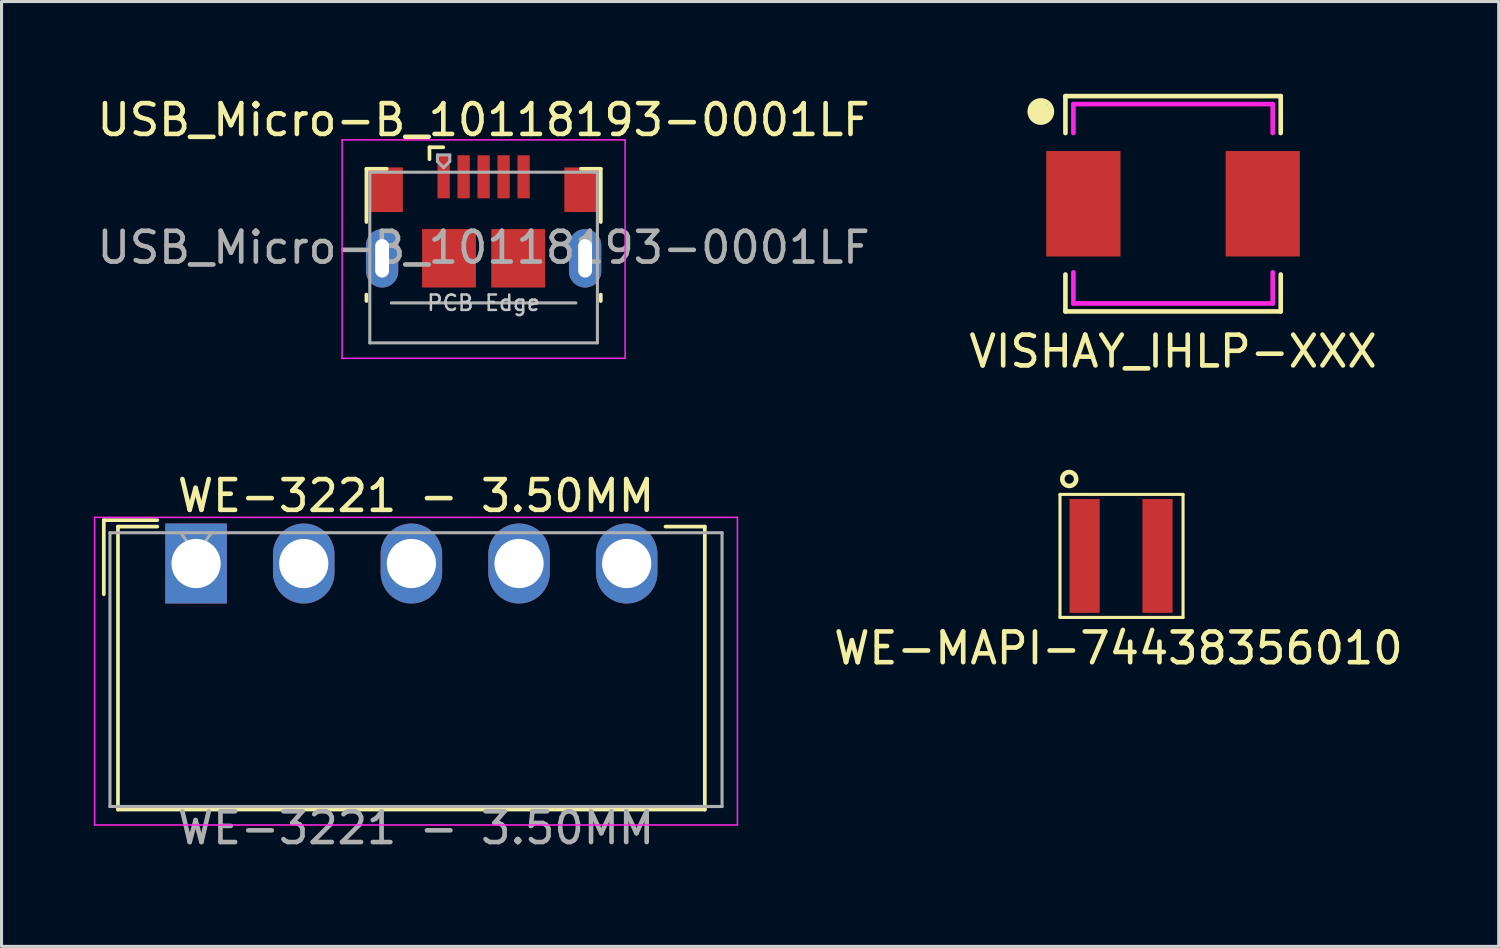
<source format=kicad_pcb>
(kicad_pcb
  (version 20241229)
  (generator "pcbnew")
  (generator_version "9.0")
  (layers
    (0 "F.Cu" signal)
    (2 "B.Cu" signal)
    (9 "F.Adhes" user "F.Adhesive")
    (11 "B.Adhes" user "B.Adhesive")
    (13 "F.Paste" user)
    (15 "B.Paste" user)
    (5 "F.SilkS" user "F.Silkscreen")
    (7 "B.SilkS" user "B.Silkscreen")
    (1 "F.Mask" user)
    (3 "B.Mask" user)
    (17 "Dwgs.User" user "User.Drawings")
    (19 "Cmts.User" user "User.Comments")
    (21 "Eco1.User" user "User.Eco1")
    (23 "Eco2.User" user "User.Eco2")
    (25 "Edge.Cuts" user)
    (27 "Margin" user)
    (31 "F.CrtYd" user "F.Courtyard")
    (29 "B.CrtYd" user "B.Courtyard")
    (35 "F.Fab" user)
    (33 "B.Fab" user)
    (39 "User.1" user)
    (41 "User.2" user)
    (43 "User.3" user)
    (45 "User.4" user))
  (footprint "WE-3221 - 3.50MM"
    (layer "F.Cu")
    (at 3.325 15.271)
    (property "Reference" "WE-3221 - 3.50MM" (at 7.15 -2.2 0) (layer "F.SilkS") (effects (font (size 1 1) (thickness 0.15))))
    (attr through_hole)
    (fp_line (start -3 -1.41) (end -1.26 -1.41) (stroke (width 0.12) (type solid)) (layer "F.SilkS"))
    (fp_line (start -3 1) (end -3 -1.41) (stroke (width 0.12) (type solid)) (layer "F.SilkS"))
    (fp_line (start -2.54 -1.2) (end -2.54 8) (stroke (width 0.12) (type solid)) (layer "F.SilkS"))
    (fp_line (start -2.54 8) (end 16.54 8) (stroke (width 0.12) (type solid)) (layer "F.SilkS"))
    (fp_line (start -1.26 -1.2) (end -2.54 -1.2) (stroke (width 0.12) (type solid)) (layer "F.SilkS"))
    (fp_line (start 16.54 -1.2) (end 15.26 -1.2) (stroke (width 0.12) (type solid)) (layer "F.SilkS"))
    (fp_line (start 16.54 8) (end 16.54 -1.2) (stroke (width 0.12) (type solid)) (layer "F.SilkS"))
    (fp_line (start -3.3 -1.5) (end -3.3 8.5) (stroke (width 0.05) (type solid)) (layer "F.CrtYd"))
    (fp_line (start -3.3 8.5) (end 17.6 8.5) (stroke (width 0.05) (type solid)) (layer "F.CrtYd"))
    (fp_line (start 17.6 -1.5) (end -3.3 -1.5) (stroke (width 0.05) (type solid)) (layer "F.CrtYd"))
    (fp_line (start 17.6 8.5) (end 17.6 -1.5) (stroke (width 0.05) (type solid)) (layer "F.CrtYd"))
    (fp_line (start -2.8 -1) (end -2.8 7.9) (stroke (width 0.1) (type solid)) (layer "F.Fab"))
    (fp_line (start -2.8 7.9) (end 17.1 7.9) (stroke (width 0.1) (type solid)) (layer "F.Fab"))
    (fp_line (start -0.5 -1) (end 0 -0.293) (stroke (width 0.1) (type solid)) (layer "F.Fab"))
    (fp_line (start 0 -0.293) (end 0.5 -1) (stroke (width 0.1) (type solid)) (layer "F.Fab"))
    (fp_line (start 17.1 -1) (end -2.8 -1) (stroke (width 0.1) (type solid)) (layer "F.Fab"))
    (fp_line (start 17.1 7.9) (end 17.1 -1) (stroke (width 0.1) (type solid)) (layer "F.Fab"))
    (fp_text user "${REFERENCE}" (at 7.15 8.6 0) (layer "F.Fab") (effects (font (size 1 1) (thickness 0.15))))
    (pad "1" thru_hole rect (at 0 0) (size 2 2.6) (drill 1.6) (layers "*.Cu" "*.Mask"))
    (pad "2" thru_hole oval (at 3.5 0) (size 2 2.6) (drill 1.6) (layers "*.Cu" "*.Mask"))
    (pad "3" thru_hole oval (at 7 0) (size 2 2.6) (drill 1.6) (layers "*.Cu" "*.Mask"))
    (pad "4" thru_hole oval (at 10.5 0) (size 2 2.6) (drill 1.6) (layers "*.Cu" "*.Mask"))
    (pad "5" thru_hole oval (at 14 0) (size 2 2.6) (drill 1.6) (layers "*.Cu" "*.Mask")))
  (footprint "WE-MAPI-74438356010"
    (layer "F.Cu")
    (at 32.213 15.024)
    (property "Reference" "WE-MAPI-74438356010" (at 1.1 3 0) (layer "F.SilkS") (effects (font (size 1 1) (thickness 0.15))))
    (attr through_hole)
    (fp_line (start -0.8 -2) (end 3.2 -2) (stroke (width 0.1) (type solid)) (layer "F.SilkS"))
    (fp_line (start -0.8 2) (end -0.8 -2) (stroke (width 0.1) (type solid)) (layer "F.SilkS"))
    (fp_line (start 3.2 -2) (end 3.2 2) (stroke (width 0.1) (type solid)) (layer "F.SilkS"))
    (fp_line (start 3.2 2) (end -0.8 2) (stroke (width 0.1) (type solid)) (layer "F.SilkS"))
    (fp_circle (center -0.5 -2.5) (end -0.275 -2.485) (stroke (width 0.15) (type solid)) (fill no) (layer "F.SilkS"))
    (pad "1" smd rect (at 0 0) (size 0.98 3.7) (layers "F.Cu" "F.Mask" "F.Paste"))
    (pad "2" smd rect (at 2.37 0) (size 0.98 3.7) (layers "F.Cu" "F.Mask" "F.Paste")))
  (footprint "VISHAY_IHLP-XXX"
    (layer "F.Cu")
    (at 35.089 3.575)
    (property "Reference" "VISHAY_IHLP-XXX" (at 0 4.8 0) (layer "F.SilkS") (effects (font (size 1 1) (thickness 0.15))))
    (attr through_hole)
    (fp_line (start -4.6 -3.1) (end -4.3 -3.3) (stroke (width 0.15) (type solid)) (layer "F.SilkS"))
    (fp_line (start -4.5 -3.1) (end -4.3 -3.1) (stroke (width 0.15) (type solid)) (layer "F.SilkS"))
    (fp_line (start -4.5 -2.9) (end -4.5 -3.1) (stroke (width 0.15) (type solid)) (layer "F.SilkS"))
    (fp_line (start -4.5 -2.8) (end -4.6 -3.1) (stroke (width 0.15) (type solid)) (layer "F.SilkS"))
    (fp_line (start -4.4 -3) (end -4.3 -2.9) (stroke (width 0.15) (type solid)) (layer "F.SilkS"))
    (fp_line (start -4.3 -3.3) (end -4.1 -3.1) (stroke (width 0.15) (type solid)) (layer "F.SilkS"))
    (fp_line (start -4.3 -3.2) (end -4.2 -3.1) (stroke (width 0.15) (type solid)) (layer "F.SilkS"))
    (fp_line (start -4.3 -3.1) (end -4.3 -3.2) (stroke (width 0.15) (type solid)) (layer "F.SilkS"))
    (fp_line (start -4.3 -3) (end -4.4 -3) (stroke (width 0.15) (type solid)) (layer "F.SilkS"))
    (fp_line (start -4.3 -2.9) (end -4.2 -2.8) (stroke (width 0.15) (type solid)) (layer "F.SilkS"))
    (fp_line (start -4.3 -2.8) (end -4.5 -2.9) (stroke (width 0.15) (type solid)) (layer "F.SilkS"))
    (fp_line (start -4.2 -3.1) (end -4.3 -3) (stroke (width 0.15) (type solid)) (layer "F.SilkS"))
    (fp_line (start -4.2 -2.9) (end -4.3 -2.8) (stroke (width 0.15) (type solid)) (layer "F.SilkS"))
    (fp_line (start -4.2 -2.7) (end -4.5 -2.8) (stroke (width 0.15) (type solid)) (layer "F.SilkS"))
    (fp_line (start -4.1 -3.1) (end -4.2 -2.9) (stroke (width 0.15) (type solid)) (layer "F.SilkS"))
    (fp_line (start -4 -3) (end -4.2 -2.7) (stroke (width 0.15) (type solid)) (layer "F.SilkS"))
    (fp_line (start -3.5 -3.5) (end 3.5 -3.5) (stroke (width 0.15) (type solid)) (layer "F.SilkS"))
    (fp_line (start -3.5 -2.3) (end -3.5 -3.5) (stroke (width 0.15) (type solid)) (layer "F.SilkS"))
    (fp_line (start -3.5 3.5) (end -3.5 2.3) (stroke (width 0.15) (type solid)) (layer "F.SilkS"))
    (fp_line (start 3.5 -3.5) (end 3.5 -2.3) (stroke (width 0.15) (type solid)) (layer "F.SilkS"))
    (fp_line (start 3.5 3.5) (end -3.5 3.5) (stroke (width 0.15) (type solid)) (layer "F.SilkS"))
    (fp_line (start 3.5 3.5) (end 3.5 2.3) (stroke (width 0.15) (type solid)) (layer "F.SilkS"))
    (fp_circle (center -4.3 -3) (end -4.1 -2.7) (stroke (width 0.15) (type solid)) (fill no) (layer "F.SilkS"))
    (fp_line (start -3.24 -3.24) (end -3.24 -2.3) (stroke (width 0.15) (type solid)) (layer "F.CrtYd"))
    (fp_line (start -3.24 -3.24) (end 3.24 -3.24) (stroke (width 0.15) (type solid)) (layer "F.CrtYd"))
    (fp_line (start -3.24 3.24) (end -3.24 2.23) (stroke (width 0.15) (type solid)) (layer "F.CrtYd"))
    (fp_line (start 3.24 -3.24) (end 3.24 -2.3) (stroke (width 0.15) (type solid)) (layer "F.CrtYd"))
    (fp_line (start 3.24 2.23) (end 3.24 3.24) (stroke (width 0.15) (type solid)) (layer "F.CrtYd"))
    (fp_line (start 3.24 3.24) (end -3.24 3.24) (stroke (width 0.15) (type solid)) (layer "F.CrtYd"))
    (pad "1" smd rect (at -2.916 0) (size 2.413 3.429) (layers "F.Cu" "F.Mask" "F.Paste"))
    (pad "2" smd rect (at 2.916 0) (size 2.413 3.429) (layers "F.Cu" "F.Mask" "F.Paste")))
  (footprint "USB_Micro-B_10118193-0001LF"
    (layer "F.Cu")
    (at 12.673 4.148)
    (property "Reference" "USB_Micro-B_10118193-0001LF" (at 0 -3.3 0) (layer "F.SilkS") (effects (font (size 1 1) (thickness 0.15))))
    (attr smd)
    (fp_line (start -3.81 -1.71) (end -3.15 -1.71) (stroke (width 0.12) (type solid)) (layer "F.SilkS"))
    (fp_line (start -3.81 0.02) (end -3.81 -1.71) (stroke (width 0.12) (type solid)) (layer "F.SilkS"))
    (fp_line (start -3.81 2.59) (end -3.81 2.38) (stroke (width 0.12) (type solid)) (layer "F.SilkS"))
    (fp_line (start -1.76 -2.41) (end -1.76 -2.02) (stroke (width 0.12) (type solid)) (layer "F.SilkS"))
    (fp_line (start -1.76 -2.41) (end -1.31 -2.41) (stroke (width 0.12) (type solid)) (layer "F.SilkS"))
    (fp_line (start 3.81 -1.71) (end 3.16 -1.71) (stroke (width 0.12) (type solid)) (layer "F.SilkS"))
    (fp_line (start 3.81 0.02) (end 3.81 -1.71) (stroke (width 0.12) (type solid)) (layer "F.SilkS"))
    (fp_line (start 3.81 2.59) (end 3.81 2.38) (stroke (width 0.12) (type solid)) (layer "F.SilkS"))
    (fp_line (start -4.6 -2.65) (end 4.6 -2.65) (stroke (width 0.05) (type solid)) (layer "F.CrtYd"))
    (fp_line (start -4.6 4.45) (end -4.6 -2.65) (stroke (width 0.05) (type solid)) (layer "F.CrtYd"))
    (fp_line (start -4.6 4.45) (end 4.6 4.45) (stroke (width 0.05) (type solid)) (layer "F.CrtYd"))
    (fp_line (start 4.6 -2.65) (end 4.6 4.45) (stroke (width 0.05) (type solid)) (layer "F.CrtYd"))
    (fp_line (start -3.7 -1.6) (end 3.7 -1.6) (stroke (width 0.1) (type solid)) (layer "F.Fab"))
    (fp_line (start -3.7 3.95) (end -3.7 -1.6) (stroke (width 0.1) (type solid)) (layer "F.Fab"))
    (fp_line (start -3.7 3.95) (end 3.7 3.95) (stroke (width 0.1) (type solid)) (layer "F.Fab"))
    (fp_line (start -3 2.65) (end 3 2.65) (stroke (width 0.1) (type solid)) (layer "F.Fab"))
    (fp_line (start -1.5 -2.16) (end -1.5 -1.95) (stroke (width 0.1) (type solid)) (layer "F.Fab"))
    (fp_line (start -1.5 -2.16) (end -1.1 -2.16) (stroke (width 0.1) (type solid)) (layer "F.Fab"))
    (fp_line (start -1.3 -1.75) (end -1.5 -1.95) (stroke (width 0.1) (type solid)) (layer "F.Fab"))
    (fp_line (start -1.1 -2.16) (end -1.1 -1.95) (stroke (width 0.1) (type solid)) (layer "F.Fab"))
    (fp_line (start -1.1 -1.95) (end -1.3 -1.75) (stroke (width 0.1) (type solid)) (layer "F.Fab"))
    (fp_line (start 3.7 3.95) (end 3.7 -1.6) (stroke (width 0.1) (type solid)) (layer "F.Fab"))
    (fp_text user "PCB Edge" (at 0 2.65 0) (layer "Dwgs.User") (effects (font (size 0.5 0.5) (thickness 0.08))))
    (fp_text user "${REFERENCE}" (at 0 0.85 0) (layer "F.Fab") (effects (font (size 1 1) (thickness 0.15))))
    (pad "1" smd rect (at -1.3 -1.45) (size 0.4 1.4) (layers "F.Cu" "F.Mask" "F.Paste"))
    (pad "2" smd rect (at -0.65 -1.45) (size 0.4 1.4) (layers "F.Cu" "F.Mask" "F.Paste"))
    (pad "3" smd rect (at 0 -1.45) (size 0.4 1.4) (layers "F.Cu" "F.Mask" "F.Paste"))
    (pad "4" smd rect (at 0.65 -1.45) (size 0.4 1.4) (layers "F.Cu" "F.Mask" "F.Paste"))
    (pad "5" smd rect (at 1.3 -1.45) (size 0.4 1.4) (layers "F.Cu" "F.Mask" "F.Paste"))
    (pad "6" thru_hole oval (at -3.3 1.2 180) (size 1.05 1.9) (drill oval 0.45 1.25) (layers "*.Cu" "*.Mask"))
    (pad "6" smd rect (at -3.2 -1.03) (size 1.15 1.45) (layers "F.Cu" "F.Mask" "F.Paste"))
    (pad "6" smd rect (at -1.125 1.2) (size 1.75 1.9) (layers "F.Cu" "F.Mask" "F.Paste"))
    (pad "6" smd rect (at 1.125 1.2) (size 1.75 1.9) (layers "F.Cu" "F.Mask" "F.Paste"))
    (pad "6" smd rect (at 3.2 -1.03) (size 1.15 1.45) (layers "F.Cu" "F.Mask" "F.Paste"))
    (pad "6" thru_hole oval (at 3.3 1.2) (size 1.05 1.9) (drill oval 0.45 1.25) (layers "*.Cu" "*.Mask")))
  (gr_rect
    (start -3 -3)
    (end 45.676 27.72)
    (stroke (width 0.1) (type default))
    (fill no)
    (layer "Edge.Cuts")))
</source>
